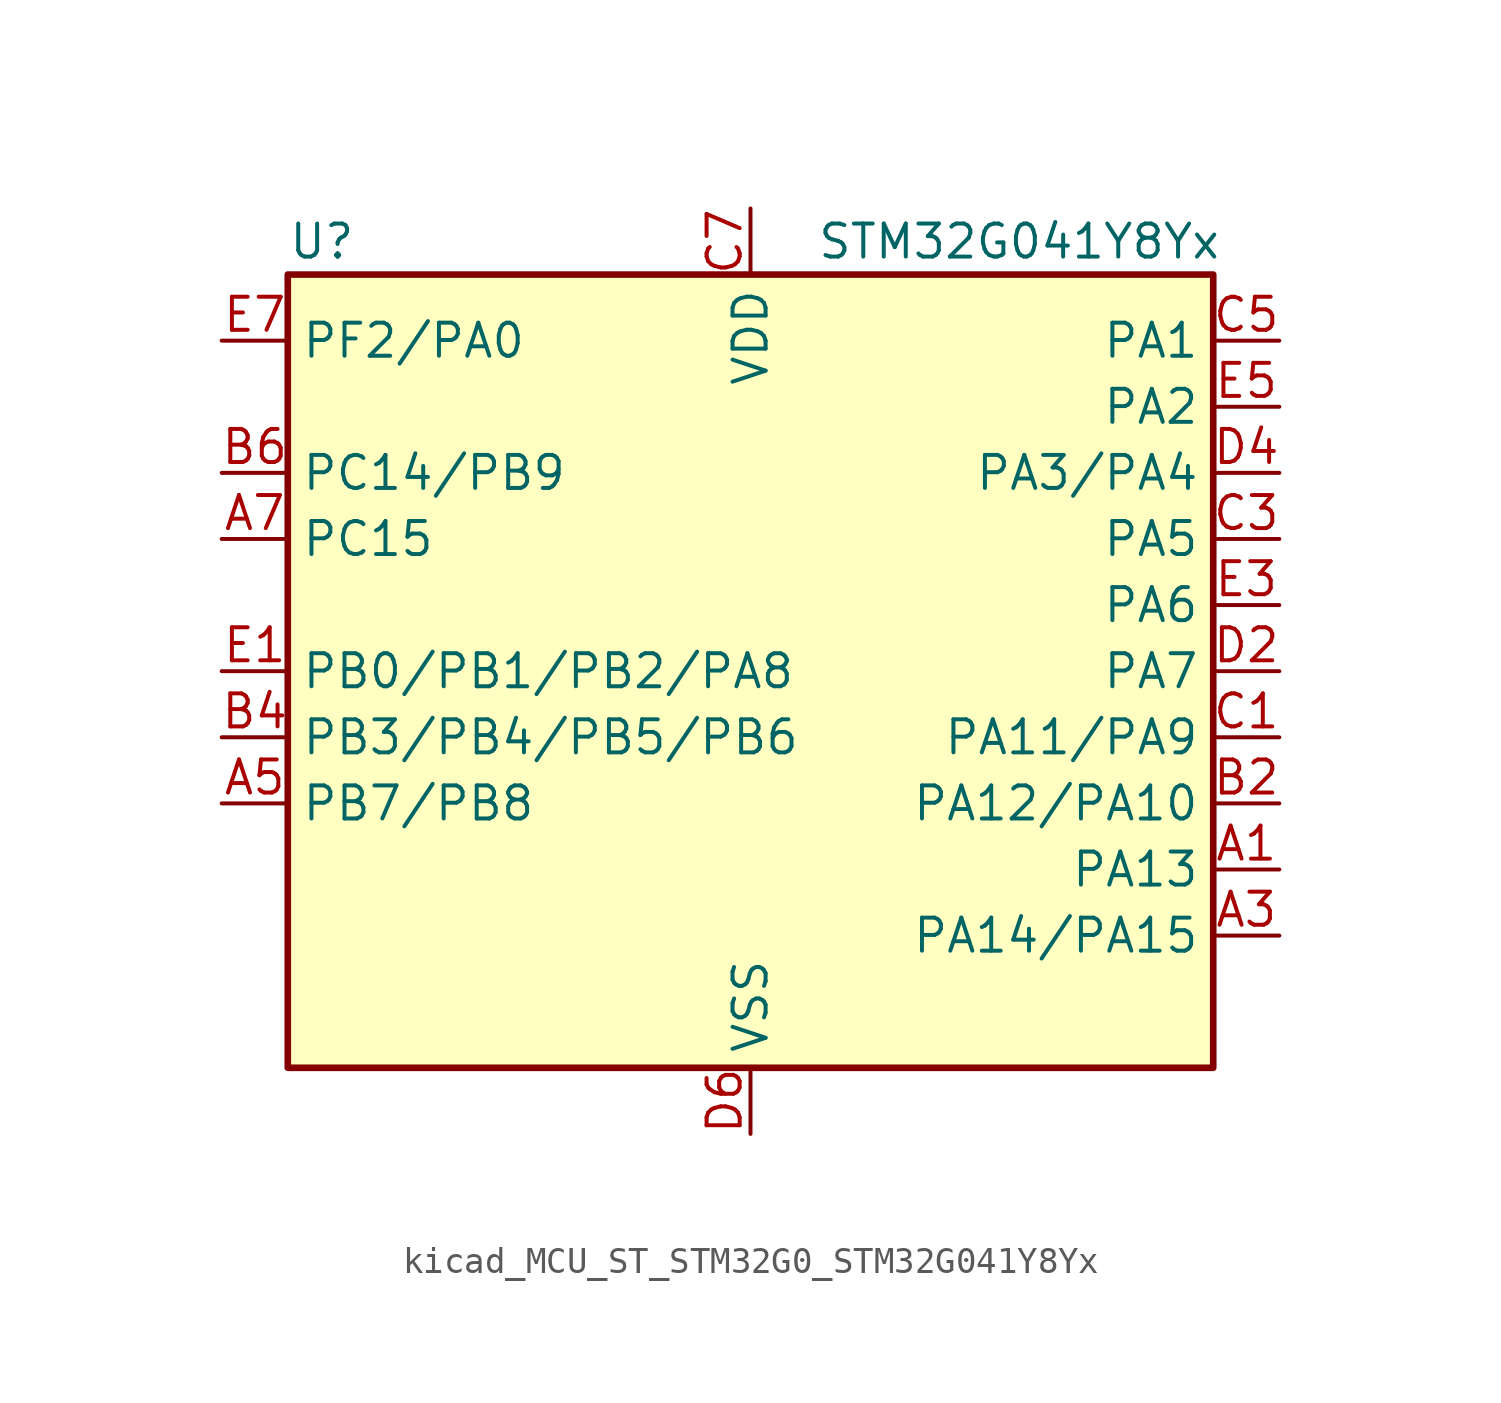
<source format=kicad_sym>
(kicad_symbol_lib
  (version 20220914)
  (generator kicad_symbol_editor)
  (symbol "kicad_MCU_ST_STM32G0_STM32G041Y8Yx"
    (property "Reference" "U"
      (at -17.78 16.51 0)
      (effects (font (size 1.27 1.27)) (justify left)))
    (property "Value" "STM32G041Y8Yx"
      (at 2.54 16.51 0)
      (effects (font (size 1.27 1.27)) (justify left)))
    (property "ki_locked" ""
      (at 0 0 0)
      (effects (font (size 1.27 1.27))))
    (symbol "kicad_MCU_ST_STM32G0_STM32G041Y8Yx_0_1"
      (rectangle (start -17.78 -15.24) (end 17.78 15.24) (stroke (width 0.254) (type default)) (fill (type background))))
    (symbol "kicad_MCU_ST_STM32G0_STM32G041Y8Yx_1_1"
      (pin bidirectional line (at 20.32 -7.62 180) (length 2.54) (name "PA13" (effects (font (size 1.27 1.27)))) (number "A1" (effects (font (size 1.27 1.27)))) (alternate "ADC1_IN17" bidirectional line) (alternate "IR_OUT" bidirectional line) (alternate "SYS_SWDIO" bidirectional line))
      (pin bidirectional line (at 20.32 -10.16 180) (length 2.54) (name "PA14/PA15" (effects (font (size 1.27 1.27)))) (number "A3" (effects (font (size 1.27 1.27)))) (alternate "ADC1_IN18" bidirectional line) (alternate "SYS_SWCLK" bidirectional line) (alternate "USART2_TX" bidirectional line))
      (pin bidirectional line (at -20.32 -5.08 0) (length 2.54) (name "PB7/PB8" (effects (font (size 1.27 1.27)))) (number "A5" (effects (font (size 1.27 1.27)))) (alternate "ADC1_IN11" bidirectional line) (alternate "I2C1_SDA" bidirectional line) (alternate "LPTIM1_IN2" bidirectional line) (alternate "SPI2_MOSI" bidirectional line) (alternate "SYS_PVD_IN" bidirectional line) (alternate "TIM17_CH1N" bidirectional line) (alternate "USART1_RX" bidirectional line))
      (pin bidirectional line (at -20.32 5.08 0) (length 2.54) (name "PC15" (effects (font (size 1.27 1.27)))) (number "A7" (effects (font (size 1.27 1.27)))) (alternate "RCC_OSC32_EN" bidirectional line) (alternate "RCC_OSC32_OUT" bidirectional line) (alternate "RCC_OSC_EN" bidirectional line))
      (pin bidirectional line (at 20.32 -5.08 180) (length 2.54) (name "PA12/PA10" (effects (font (size 1.27 1.27)))) (number "B2" (effects (font (size 1.27 1.27)))) (alternate "ADC1_IN16" bidirectional line) (alternate "I2C2_SDA" bidirectional line) (alternate "I2S1_SD" bidirectional line) (alternate "I2S_CKIN" bidirectional line) (alternate "SPI1_MOSI" bidirectional line) (alternate "TIM1_ETR" bidirectional line) (alternate "USART1_CK" bidirectional line) (alternate "USART1_DE" bidirectional line) (alternate "USART1_RTS" bidirectional line))
      (pin bidirectional line (at -20.32 -2.54 0) (length 2.54) (name "PB3/PB4/PB5/PB6" (effects (font (size 1.27 1.27)))) (number "B4" (effects (font (size 1.27 1.27)))) (alternate "I2S1_CK" bidirectional line) (alternate "SPI1_SCK" bidirectional line) (alternate "TIM1_CH2" bidirectional line) (alternate "TIM2_CH2" bidirectional line) (alternate "USART1_CK" bidirectional line) (alternate "USART1_DE" bidirectional line) (alternate "USART1_RTS" bidirectional line))
      (pin bidirectional line (at -20.32 7.62 0) (length 2.54) (name "PC14/PB9" (effects (font (size 1.27 1.27)))) (number "B6" (effects (font (size 1.27 1.27)))) (alternate "RCC_OSC32_IN" bidirectional line) (alternate "RCC_OSC_IN" bidirectional line) (alternate "TIM1_BK2" bidirectional line))
      (pin bidirectional line (at 20.32 -2.54 180) (length 2.54) (name "PA11/PA9" (effects (font (size 1.27 1.27)))) (number "C1" (effects (font (size 1.27 1.27)))) (alternate "ADC1_EXTI11" bidirectional line) (alternate "ADC1_IN15" bidirectional line) (alternate "I2C2_SCL" bidirectional line) (alternate "I2S1_MCK" bidirectional line) (alternate "SPI1_MISO" bidirectional line) (alternate "TIM1_BK2" bidirectional line) (alternate "TIM1_CH4" bidirectional line) (alternate "USART1_CTS" bidirectional line) (alternate "USART1_NSS" bidirectional line))
      (pin bidirectional line (at 20.32 5.08 180) (length 2.54) (name "PA5" (effects (font (size 1.27 1.27)))) (number "C3" (effects (font (size 1.27 1.27)))) (alternate "ADC1_IN5" bidirectional line) (alternate "I2S1_CK" bidirectional line) (alternate "LPTIM2_ETR" bidirectional line) (alternate "SPI1_SCK" bidirectional line) (alternate "TIM2_CH1" bidirectional line) (alternate "TIM2_ETR" bidirectional line))
      (pin bidirectional line (at 20.32 12.7 180) (length 2.54) (name "PA1" (effects (font (size 1.27 1.27)))) (number "C5" (effects (font (size 1.27 1.27)))) (alternate "ADC1_IN1" bidirectional line) (alternate "I2C1_SMBA" bidirectional line) (alternate "I2S1_CK" bidirectional line) (alternate "SPI1_SCK" bidirectional line) (alternate "TIM2_CH2" bidirectional line) (alternate "USART2_CK" bidirectional line) (alternate "USART2_DE" bidirectional line) (alternate "USART2_RTS" bidirectional line))
      (pin power_in line (at 0 17.78 270) (length 2.54) (name "VDD" (effects (font (size 1.27 1.27)))) (number "C7" (effects (font (size 1.27 1.27)))))
      (pin bidirectional line (at 20.32 0 180) (length 2.54) (name "PA7" (effects (font (size 1.27 1.27)))) (number "D2" (effects (font (size 1.27 1.27)))) (alternate "ADC1_IN7" bidirectional line) (alternate "I2S1_SD" bidirectional line) (alternate "SPI1_MOSI" bidirectional line) (alternate "TIM14_CH1" bidirectional line) (alternate "TIM17_CH1" bidirectional line) (alternate "TIM1_CH1N" bidirectional line) (alternate "TIM3_CH2" bidirectional line))
      (pin bidirectional line (at 20.32 7.62 180) (length 2.54) (name "PA3/PA4" (effects (font (size 1.27 1.27)))) (number "D4" (effects (font (size 1.27 1.27)))) (alternate "ADC1_IN3" bidirectional line) (alternate "LPUART1_RX" bidirectional line) (alternate "SPI2_MISO" bidirectional line) (alternate "TIM2_CH4" bidirectional line) (alternate "USART2_RX" bidirectional line))
      (pin power_in line (at 0 -17.78 90) (length 2.54) (name "VSS" (effects (font (size 1.27 1.27)))) (number "D6" (effects (font (size 1.27 1.27)))))
      (pin bidirectional line (at -20.32 0 0) (length 2.54) (name "PB0/PB1/PB2/PA8" (effects (font (size 1.27 1.27)))) (number "E1" (effects (font (size 1.27 1.27)))) (alternate "ADC1_IN8" bidirectional line) (alternate "I2S1_WS" bidirectional line) (alternate "LPTIM1_OUT" bidirectional line) (alternate "SPI1_NSS" bidirectional line) (alternate "TIM1_CH2N" bidirectional line) (alternate "TIM3_CH3" bidirectional line))
      (pin bidirectional line (at 20.32 2.54 180) (length 2.54) (name "PA6" (effects (font (size 1.27 1.27)))) (number "E3" (effects (font (size 1.27 1.27)))) (alternate "ADC1_IN6" bidirectional line) (alternate "I2S1_MCK" bidirectional line) (alternate "LPUART1_CTS" bidirectional line) (alternate "SPI1_MISO" bidirectional line) (alternate "TIM16_CH1" bidirectional line) (alternate "TIM1_BK" bidirectional line) (alternate "TIM3_CH1" bidirectional line))
      (pin bidirectional line (at 20.32 10.16 180) (length 2.54) (name "PA2" (effects (font (size 1.27 1.27)))) (number "E5" (effects (font (size 1.27 1.27)))) (alternate "ADC1_IN2" bidirectional line) (alternate "I2S1_SD" bidirectional line) (alternate "LPUART1_TX" bidirectional line) (alternate "RCC_LSCO" bidirectional line) (alternate "SPI1_MOSI" bidirectional line) (alternate "SYS_WKUP4" bidirectional line) (alternate "TIM2_CH3" bidirectional line) (alternate "USART2_TX" bidirectional line))
      (pin bidirectional line (at -20.32 12.7 0) (length 2.54) (name "PF2/PA0" (effects (font (size 1.27 1.27)))) (number "E7" (effects (font (size 1.27 1.27)))) (alternate "RCC_MCO" bidirectional line)))))
</source>
